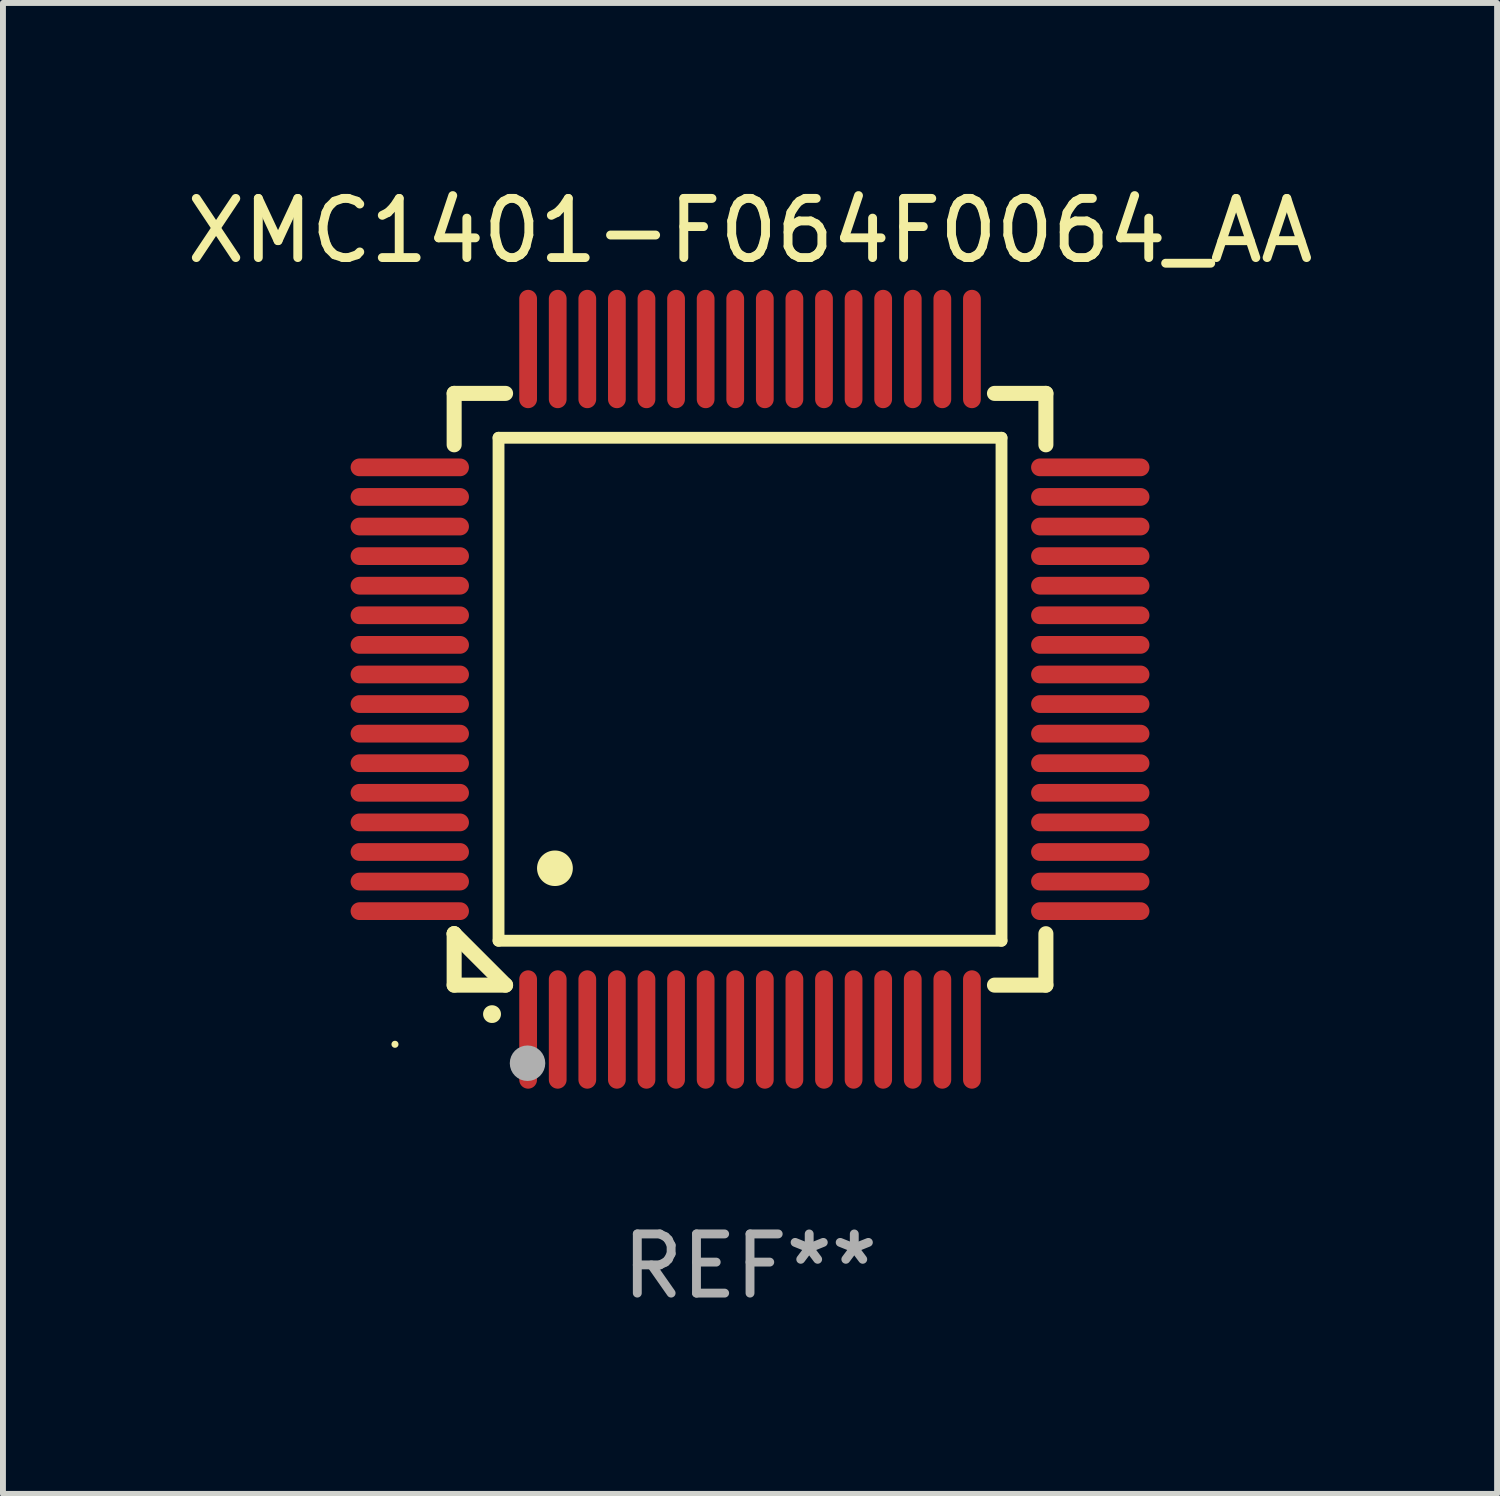
<source format=kicad_pcb>
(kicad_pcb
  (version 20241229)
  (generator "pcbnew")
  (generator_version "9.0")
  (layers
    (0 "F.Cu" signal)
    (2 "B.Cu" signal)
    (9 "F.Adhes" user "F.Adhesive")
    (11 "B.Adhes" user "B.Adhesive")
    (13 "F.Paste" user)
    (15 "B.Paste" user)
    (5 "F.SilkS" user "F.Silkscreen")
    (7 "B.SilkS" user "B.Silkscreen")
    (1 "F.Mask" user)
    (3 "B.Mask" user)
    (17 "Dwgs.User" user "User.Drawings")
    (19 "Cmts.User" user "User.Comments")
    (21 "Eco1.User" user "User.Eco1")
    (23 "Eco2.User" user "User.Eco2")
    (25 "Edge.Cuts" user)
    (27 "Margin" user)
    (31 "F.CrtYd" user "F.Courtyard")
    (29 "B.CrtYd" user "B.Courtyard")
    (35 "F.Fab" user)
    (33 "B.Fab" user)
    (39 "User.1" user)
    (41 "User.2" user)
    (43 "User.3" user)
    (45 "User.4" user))
  (footprint "XMC1401-F064F0064_AA"
    (layer "F.Cu")
    (at 9.625 8.598)
    (property "Reference" "XMC1401-F064F0064_AA" (at 0 -7.75 0) (layer "F.SilkS") (effects (font (size 1 1) (thickness 0.15))))
    (attr through_hole)
    (fp_line (start -5 -5) (end -4.131 -5) (stroke (width 0.254) (type solid)) (layer "F.SilkS"))
    (fp_line (start -5 -4.131) (end -5 -5) (stroke (width 0.254) (type solid)) (layer "F.SilkS"))
    (fp_line (start -5 4.131) (end -5 4.131) (stroke (width 0.254) (type solid)) (layer "F.SilkS"))
    (fp_line (start -5 5) (end -5 4.131) (stroke (width 0.254) (type solid)) (layer "F.SilkS"))
    (fp_line (start -5 4.131) (end -4.131 5) (stroke (width 0.254) (type solid)) (layer "F.SilkS"))
    (fp_line (start -4.25 -4.25) (end -4.25 4.25) (stroke (width 0.2) (type solid)) (layer "F.SilkS"))
    (fp_line (start -4.25 4.25) (end 4.25 4.25) (stroke (width 0.2) (type solid)) (layer "F.SilkS"))
    (fp_line (start -4.131 5) (end -5 5) (stroke (width 0.254) (type solid)) (layer "F.SilkS"))
    (fp_line (start 4.25 -4.25) (end -4.25 -4.25) (stroke (width 0.2) (type solid)) (layer "F.SilkS"))
    (fp_line (start 4.25 4.25) (end 4.25 -4.25) (stroke (width 0.2) (type solid)) (layer "F.SilkS"))
    (fp_line (start 5 -5) (end 4.131 -5) (stroke (width 0.254) (type solid)) (layer "F.SilkS"))
    (fp_line (start 5 -5) (end 5 -4.131) (stroke (width 0.254) (type solid)) (layer "F.SilkS"))
    (fp_line (start 5 4.131) (end 5 5) (stroke (width 0.254) (type solid)) (layer "F.SilkS"))
    (fp_line (start 5 5) (end 4.131 5) (stroke (width 0.254) (type solid)) (layer "F.SilkS"))
    (fp_arc (start -4.361265 5.489992) (mid -4.359995 5.489987) (end -4.358725 5.489992) (stroke (width 0.3) (type solid)) (layer "F.SilkS"))
    (fp_arc (start -3.299467 3.025146) (mid -3.296927 3.025135) (end -3.294387 3.025146) (stroke (width 0.6) (type solid)) (layer "F.SilkS"))
    (fp_circle (center -6 6) (end -5.97 6) (stroke (width 0.06) (type solid)) (fill no) (layer "F.SilkS"))
    (fp_circle (center -3.76 6.32) (end -3.61 6.32) (stroke (width 0.3) (type solid)) (fill no) (layer "F.Fab"))
    (fp_text user "REF**" (at 0 9.75 0) (layer "F.Fab") (effects (font (size 1 1) (thickness 0.15))))
    (pad "1" smd oval (at -3.75 5.75) (size 0.3 2) (layers "F.Cu" "F.Mask" "F.Paste"))
    (pad "2" smd oval (at -3.25 5.75) (size 0.3 2) (layers "F.Cu" "F.Mask" "F.Paste"))
    (pad "3" smd oval (at -2.75 5.75) (size 0.3 2) (layers "F.Cu" "F.Mask" "F.Paste"))
    (pad "4" smd oval (at -2.25 5.75) (size 0.3 2) (layers "F.Cu" "F.Mask" "F.Paste"))
    (pad "5" smd oval (at -1.75 5.75) (size 0.3 2) (layers "F.Cu" "F.Mask" "F.Paste"))
    (pad "6" smd oval (at -1.25 5.75) (size 0.3 2) (layers "F.Cu" "F.Mask" "F.Paste"))
    (pad "7" smd oval (at -0.75 5.75) (size 0.3 2) (layers "F.Cu" "F.Mask" "F.Paste"))
    (pad "8" smd oval (at -0.25 5.75) (size 0.3 2) (layers "F.Cu" "F.Mask" "F.Paste"))
    (pad "9" smd oval (at 0.25 5.75) (size 0.3 2) (layers "F.Cu" "F.Mask" "F.Paste"))
    (pad "10" smd oval (at 0.75 5.75) (size 0.3 2) (layers "F.Cu" "F.Mask" "F.Paste"))
    (pad "11" smd oval (at 1.25 5.75) (size 0.3 2) (layers "F.Cu" "F.Mask" "F.Paste"))
    (pad "12" smd oval (at 1.75 5.75) (size 0.3 2) (layers "F.Cu" "F.Mask" "F.Paste"))
    (pad "13" smd oval (at 2.25 5.75) (size 0.3 2) (layers "F.Cu" "F.Mask" "F.Paste"))
    (pad "14" smd oval (at 2.75 5.75) (size 0.3 2) (layers "F.Cu" "F.Mask" "F.Paste"))
    (pad "15" smd oval (at 3.25 5.75) (size 0.3 2) (layers "F.Cu" "F.Mask" "F.Paste"))
    (pad "16" smd oval (at 3.75 5.75) (size 0.3 2) (layers "F.Cu" "F.Mask" "F.Paste"))
    (pad "17" smd oval (at 5.75 3.75) (size 2 0.3) (layers "F.Cu" "F.Mask" "F.Paste"))
    (pad "18" smd oval (at 5.75 3.25) (size 2 0.3) (layers "F.Cu" "F.Mask" "F.Paste"))
    (pad "19" smd oval (at 5.75 2.75) (size 2 0.3) (layers "F.Cu" "F.Mask" "F.Paste"))
    (pad "20" smd oval (at 5.75 2.25) (size 2 0.3) (layers "F.Cu" "F.Mask" "F.Paste"))
    (pad "21" smd oval (at 5.75 1.75) (size 2 0.3) (layers "F.Cu" "F.Mask" "F.Paste"))
    (pad "22" smd oval (at 5.75 1.25) (size 2 0.3) (layers "F.Cu" "F.Mask" "F.Paste"))
    (pad "23" smd oval (at 5.75 0.75) (size 2 0.3) (layers "F.Cu" "F.Mask" "F.Paste"))
    (pad "24" smd oval (at 5.75 0.25) (size 2 0.3) (layers "F.Cu" "F.Mask" "F.Paste"))
    (pad "25" smd oval (at 5.75 -0.25) (size 2 0.3) (layers "F.Cu" "F.Mask" "F.Paste"))
    (pad "26" smd oval (at 5.75 -0.75) (size 2 0.3) (layers "F.Cu" "F.Mask" "F.Paste"))
    (pad "27" smd oval (at 5.75 -1.25) (size 2 0.3) (layers "F.Cu" "F.Mask" "F.Paste"))
    (pad "28" smd oval (at 5.75 -1.75) (size 2 0.3) (layers "F.Cu" "F.Mask" "F.Paste"))
    (pad "29" smd oval (at 5.75 -2.25) (size 2 0.3) (layers "F.Cu" "F.Mask" "F.Paste"))
    (pad "30" smd oval (at 5.75 -2.75) (size 2 0.3) (layers "F.Cu" "F.Mask" "F.Paste"))
    (pad "31" smd oval (at 5.75 -3.25) (size 2 0.3) (layers "F.Cu" "F.Mask" "F.Paste"))
    (pad "32" smd oval (at 5.75 -3.75) (size 2 0.3) (layers "F.Cu" "F.Mask" "F.Paste"))
    (pad "33" smd oval (at 3.75 -5.75) (size 0.3 2) (layers "F.Cu" "F.Mask" "F.Paste"))
    (pad "34" smd oval (at 3.25 -5.75) (size 0.3 2) (layers "F.Cu" "F.Mask" "F.Paste"))
    (pad "35" smd oval (at 2.75 -5.75) (size 0.3 2) (layers "F.Cu" "F.Mask" "F.Paste"))
    (pad "36" smd oval (at 2.25 -5.75) (size 0.3 2) (layers "F.Cu" "F.Mask" "F.Paste"))
    (pad "37" smd oval (at 1.75 -5.75) (size 0.3 2) (layers "F.Cu" "F.Mask" "F.Paste"))
    (pad "38" smd oval (at 1.25 -5.75) (size 0.3 2) (layers "F.Cu" "F.Mask" "F.Paste"))
    (pad "39" smd oval (at 0.75 -5.75) (size 0.3 2) (layers "F.Cu" "F.Mask" "F.Paste"))
    (pad "40" smd oval (at 0.25 -5.75) (size 0.3 2) (layers "F.Cu" "F.Mask" "F.Paste"))
    (pad "41" smd oval (at -0.25 -5.75) (size 0.3 2) (layers "F.Cu" "F.Mask" "F.Paste"))
    (pad "42" smd oval (at -0.75 -5.75) (size 0.3 2) (layers "F.Cu" "F.Mask" "F.Paste"))
    (pad "43" smd oval (at -1.25 -5.75) (size 0.3 2) (layers "F.Cu" "F.Mask" "F.Paste"))
    (pad "44" smd oval (at -1.75 -5.75) (size 0.3 2) (layers "F.Cu" "F.Mask" "F.Paste"))
    (pad "45" smd oval (at -2.25 -5.75) (size 0.3 2) (layers "F.Cu" "F.Mask" "F.Paste"))
    (pad "46" smd oval (at -2.75 -5.75) (size 0.3 2) (layers "F.Cu" "F.Mask" "F.Paste"))
    (pad "47" smd oval (at -3.25 -5.75) (size 0.3 2) (layers "F.Cu" "F.Mask" "F.Paste"))
    (pad "48" smd oval (at -3.75 -5.75) (size 0.3 2) (layers "F.Cu" "F.Mask" "F.Paste"))
    (pad "49" smd oval (at -5.75 -3.75) (size 2 0.3) (layers "F.Cu" "F.Mask" "F.Paste"))
    (pad "50" smd oval (at -5.75 -3.25) (size 2 0.3) (layers "F.Cu" "F.Mask" "F.Paste"))
    (pad "51" smd oval (at -5.75 -2.75) (size 2 0.3) (layers "F.Cu" "F.Mask" "F.Paste"))
    (pad "52" smd oval (at -5.75 -2.25) (size 2 0.3) (layers "F.Cu" "F.Mask" "F.Paste"))
    (pad "53" smd oval (at -5.75 -1.75) (size 2 0.3) (layers "F.Cu" "F.Mask" "F.Paste"))
    (pad "54" smd oval (at -5.75 -1.25) (size 2 0.3) (layers "F.Cu" "F.Mask" "F.Paste"))
    (pad "55" smd oval (at -5.75 -0.75) (size 2 0.3) (layers "F.Cu" "F.Mask" "F.Paste"))
    (pad "56" smd oval (at -5.75 -0.25) (size 2 0.3) (layers "F.Cu" "F.Mask" "F.Paste"))
    (pad "57" smd oval (at -5.75 0.25) (size 2 0.3) (layers "F.Cu" "F.Mask" "F.Paste"))
    (pad "58" smd oval (at -5.75 0.75) (size 2 0.3) (layers "F.Cu" "F.Mask" "F.Paste"))
    (pad "59" smd oval (at -5.75 1.25) (size 2 0.3) (layers "F.Cu" "F.Mask" "F.Paste"))
    (pad "60" smd oval (at -5.75 1.75) (size 2 0.3) (layers "F.Cu" "F.Mask" "F.Paste"))
    (pad "61" smd oval (at -5.75 2.25) (size 2 0.3) (layers "F.Cu" "F.Mask" "F.Paste"))
    (pad "62" smd oval (at -5.75 2.75) (size 2 0.3) (layers "F.Cu" "F.Mask" "F.Paste"))
    (pad "63" smd oval (at -5.75 3.25) (size 2 0.3) (layers "F.Cu" "F.Mask" "F.Paste"))
    (pad "64" smd oval (at -5.75 3.75) (size 2 0.3) (layers "F.Cu" "F.Mask" "F.Paste")))
  (gr_rect
    (start -3 -3)
    (end 22.25 22.196)
    (stroke (width 0.1) (type default))
    (fill no)
    (layer "Edge.Cuts")))
</source>
